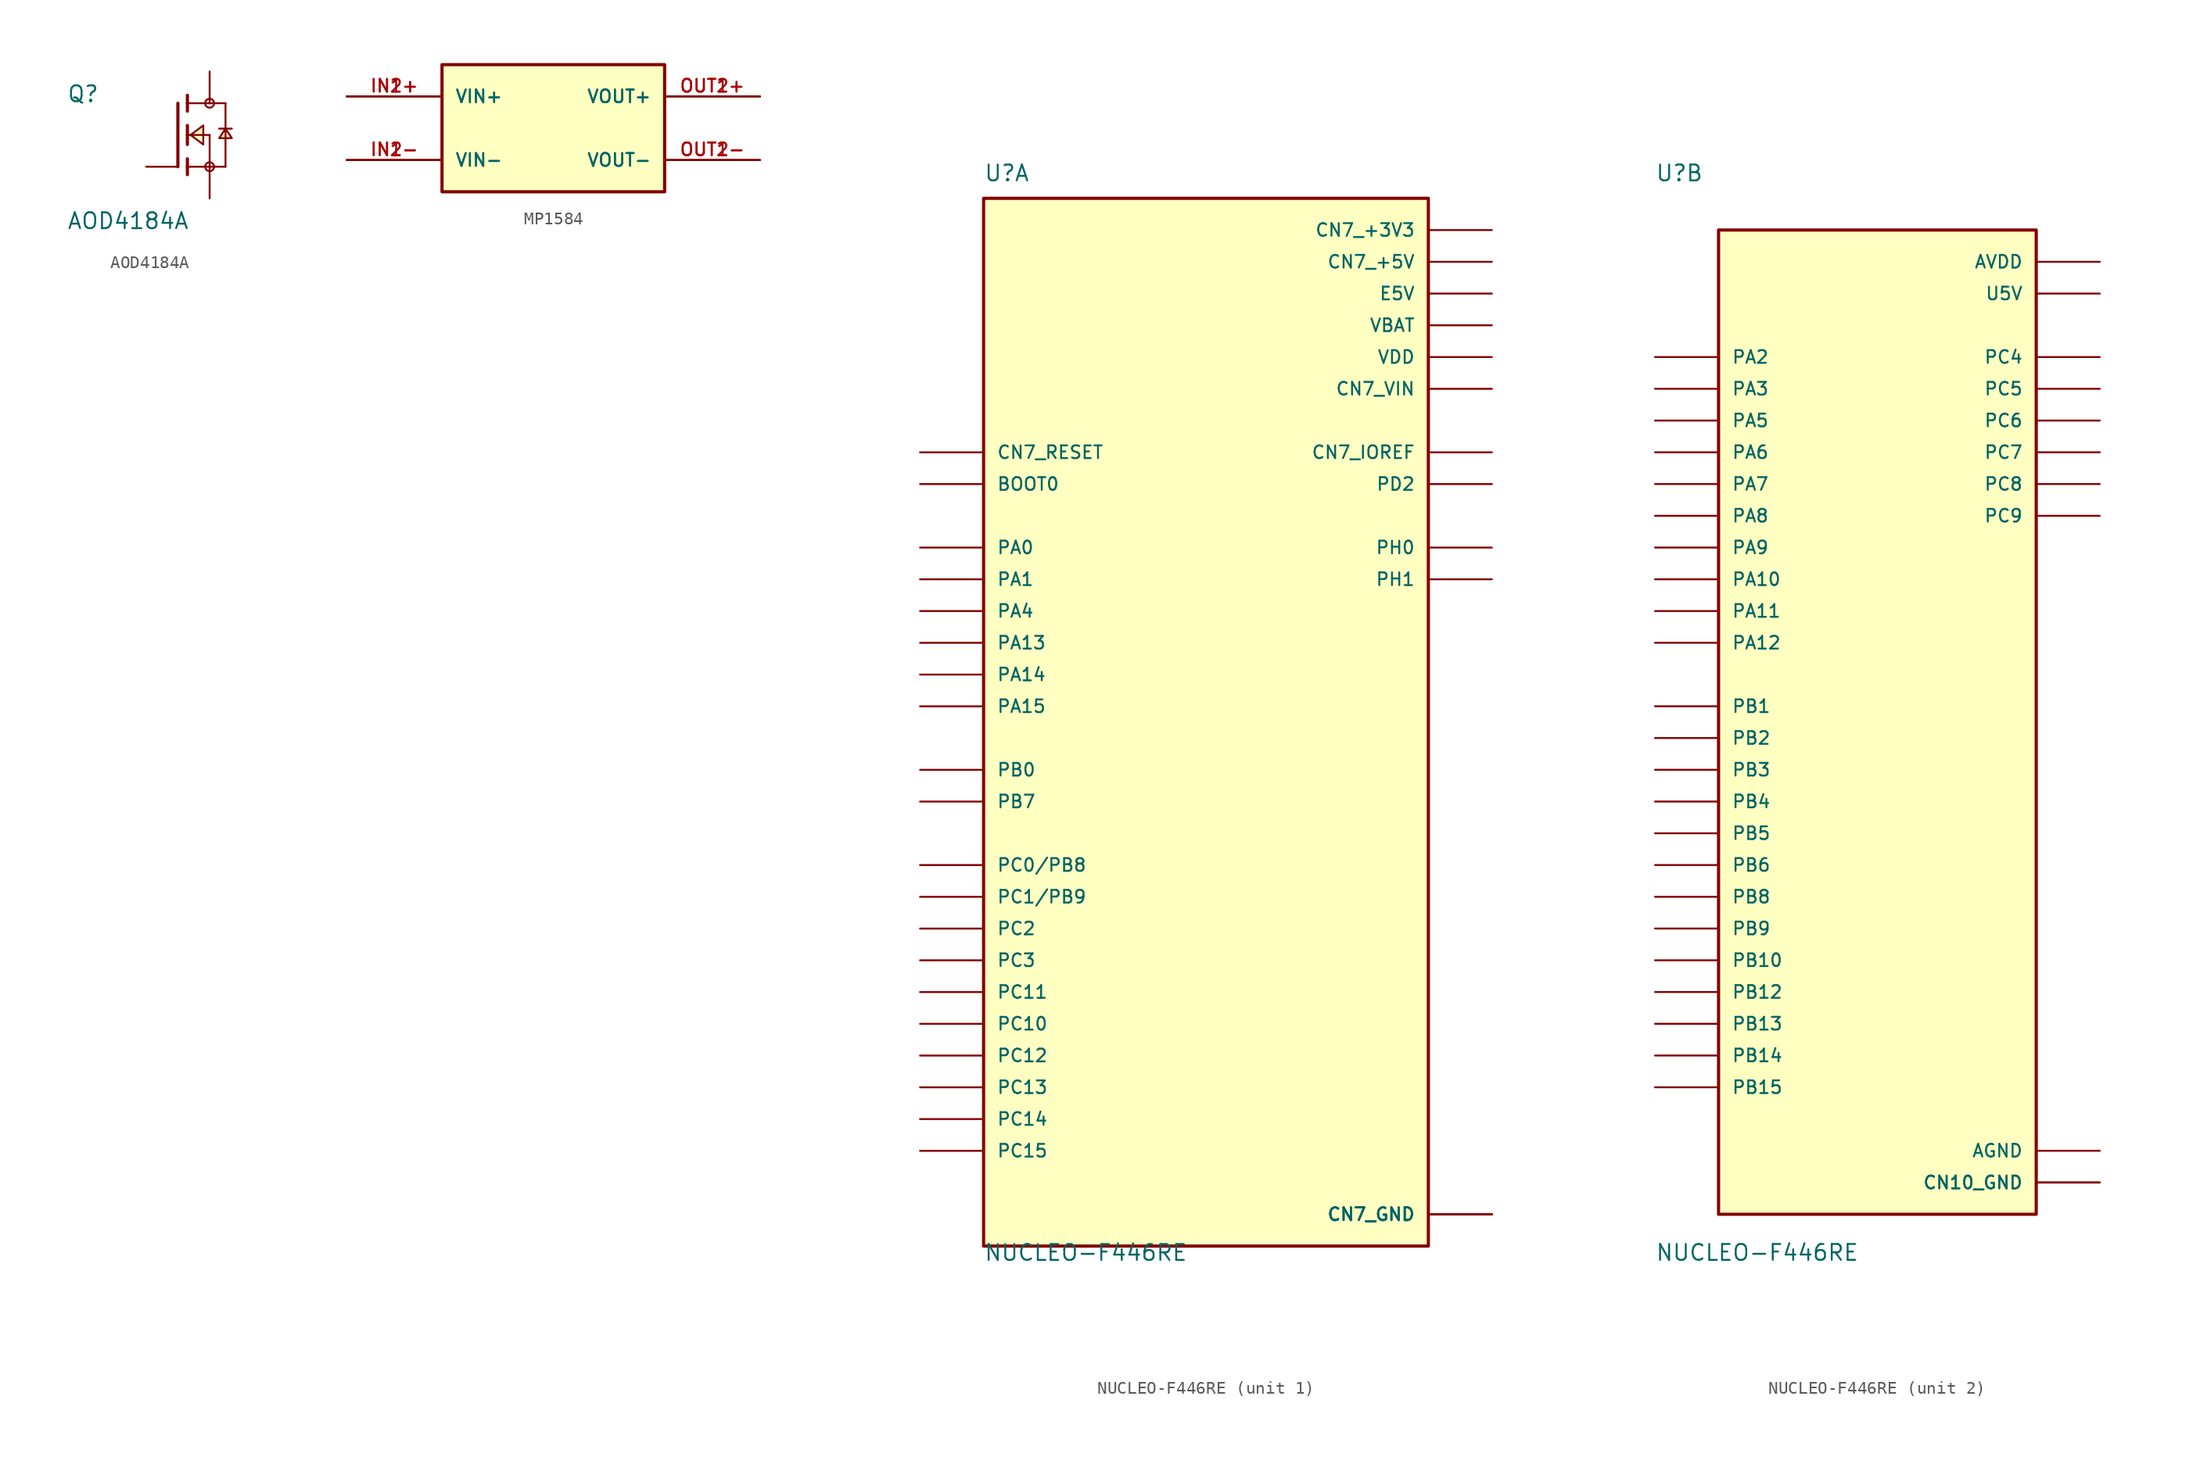
<source format=kicad_sym>
(kicad_symbol_lib
  (version 20211014)
  (generator kicad_symbol_editor)
  (symbol "AOD4184A"
    (pin_numbers hide)
    (pin_names
      (offset 1.016) hide)
    (property "Reference" "Q"
      (at -8.89 2.54 0)
      (effects (font (size 1.27 1.27)) (justify left bottom)))
    (property "Value" "AOD4184A"
      (at -8.89 -7.62 0)
      (effects (font (size 1.27 1.27)) (justify left bottom)))
    (symbol "AOD4184A_0_0"
      (polyline (pts (xy 0 2.54) (xy 0 -2.54)) (stroke (width 0.254) (type default) (color 0 0 0 0)) (fill (type none)))
      (polyline (pts (xy 0.762 -2.54) (xy 0.762 -3.175)) (stroke (width 0.254) (type default) (color 0 0 0 0)) (fill (type none)))
      (polyline (pts (xy 0.762 -1.905) (xy 0.762 -2.54)) (stroke (width 0.254) (type default) (color 0 0 0 0)) (fill (type none)))
      (polyline (pts (xy 0.762 0) (xy 0.762 -0.762)) (stroke (width 0.254) (type default) (color 0 0 0 0)) (fill (type none)))
      (polyline (pts (xy 0.762 0) (xy 2.54 0)) (stroke (width 0.152) (type default) (color 0 0 0 0)) (fill (type none)))
      (polyline (pts (xy 0.762 0.762) (xy 0.762 0)) (stroke (width 0.254) (type default) (color 0 0 0 0)) (fill (type none)))
      (polyline (pts (xy 0.762 2.54) (xy 0.762 1.905)) (stroke (width 0.254) (type default) (color 0 0 0 0)) (fill (type none)))
      (polyline (pts (xy 0.762 2.54) (xy 3.81 2.54)) (stroke (width 0.152) (type default) (color 0 0 0 0)) (fill (type none)))
      (polyline (pts (xy 0.762 3.175) (xy 0.762 2.54)) (stroke (width 0.254) (type default) (color 0 0 0 0)) (fill (type none)))
      (polyline (pts (xy 2.54 -2.54) (xy 0.762 -2.54)) (stroke (width 0.152) (type default) (color 0 0 0 0)) (fill (type none)))
      (polyline (pts (xy 2.54 -2.54) (xy 3.81 -2.54)) (stroke (width 0.152) (type default) (color 0 0 0 0)) (fill (type none)))
      (polyline (pts (xy 2.54 0) (xy 2.54 -2.54)) (stroke (width 0.152) (type default) (color 0 0 0 0)) (fill (type none)))
      (polyline (pts (xy 3.81 0.508) (xy 3.302 0.508)) (stroke (width 0.152) (type default) (color 0 0 0 0)) (fill (type none)))
      (polyline (pts (xy 3.81 0.508) (xy 3.81 -2.54)) (stroke (width 0.152) (type default) (color 0 0 0 0)) (fill (type none)))
      (polyline (pts (xy 3.81 2.54) (xy 3.81 0.508)) (stroke (width 0.152) (type default) (color 0 0 0 0)) (fill (type none)))
      (polyline (pts (xy 4.318 0.508) (xy 3.81 0.508)) (stroke (width 0.152) (type default) (color 0 0 0 0)) (fill (type none)))
      (polyline (pts (xy 1.016 0) (xy 2.032 0.762) (xy 2.032 -0.762) (xy 1.016 0)) (stroke (width 0.152) (type default) (color 0 0 0 0)) (fill (type background)))
      (polyline (pts (xy 3.81 0.508) (xy 3.302 -0.254) (xy 4.318 -0.254) (xy 3.81 0.508)) (stroke (width 0.152) (type default) (color 0 0 0 0)) (fill (type background)))
      (circle (center 2.54 -2.54) (radius 0.356) (stroke (width 0) (type default) (color 0 0 0 0)) (fill (type none)))
      (circle (center 2.54 2.54) (radius 0.356) (stroke (width 0) (type default) (color 0 0 0 0)) (fill (type none)))
      (pin passive line (at -2.54 -2.54 0) (length 2.54) (name "~" (effects (font (size 1.016 1.016)))) (number "1" (effects (font (size 1.016 1.016)))))
      (pin passive line (at 2.54 -5.08 90) (length 2.54) (name "~" (effects (font (size 1.016 1.016)))) (number "3" (effects (font (size 1.016 1.016)))))
      (pin passive line (at 2.54 5.08 270) (length 2.54) (name "~" (effects (font (size 1.016 1.016)))) (number "4" (effects (font (size 1.016 1.016)))))))
  (symbol "MP1584"
    (pin_names
      (offset 1.016))
    (property "Reference" "U"
      (at -7.62 5.08 0)
      (effects (font (size 1.27 1.27)) (justify left bottom) hide))
    (symbol "MP1584_0_0"
      (rectangle (start -7.62 -5.08) (end 10.16 5.08) (stroke (width 0.254) (type default) (color 0 0 0 0)) (fill (type background)))
      (pin input line (at -15.24 2.54 0) (length 7.62) (name "VIN+" (effects (font (size 1.016 1.016)))) (number "IN1+" (effects (font (size 1.016 1.016)))))
      (pin input line (at -15.24 -2.54 0) (length 7.62) (name "VIN-" (effects (font (size 1.016 1.016)))) (number "IN1-" (effects (font (size 1.016 1.016)))))
      (pin input line (at -15.24 2.54 0) (length 7.62) (name "VIN+" (effects (font (size 1.016 1.016)))) (number "IN2+" (effects (font (size 1.016 1.016)))))
      (pin input line (at -15.24 -2.54 0) (length 7.62) (name "VIN-" (effects (font (size 1.016 1.016)))) (number "IN2-" (effects (font (size 1.016 1.016)))))
      (pin output line (at 17.78 2.54 180) (length 7.62) (name "VOUT+" (effects (font (size 1.016 1.016)))) (number "OUT1+" (effects (font (size 1.016 1.016)))))
      (pin output line (at 17.78 -2.54 180) (length 7.62) (name "VOUT-" (effects (font (size 1.016 1.016)))) (number "OUT1-" (effects (font (size 1.016 1.016)))))
      (pin output line (at 17.78 2.54 180) (length 7.62) (name "VOUT+" (effects (font (size 1.016 1.016)))) (number "OUT2+" (effects (font (size 1.016 1.016)))))
      (pin output line (at 17.78 -2.54 180) (length 7.62) (name "VOUT-" (effects (font (size 1.016 1.016)))) (number "OUT2-" (effects (font (size 1.016 1.016)))))))
  (symbol "NUCLEO-F446RE"
    (pin_numbers hide)
    (pin_names
      (offset 1.016))
    (property "Reference" "U"
      (at -17.78 41.91 0)
      (effects (font (size 1.27 1.27)) (justify left bottom)))
    (property "Value" "NUCLEO-F446RE"
      (at -17.78 -44.45 0)
      (effects (font (size 1.27 1.27)) (justify left bottom)))
    (property "ki_locked" ""
      (at 0 0 0)
      (effects (font (size 1.27 1.27))))
    (symbol "NUCLEO-F446RE_1_0"
      (rectangle (start -17.78 -43.18) (end 17.78 40.64) (stroke (width 0.254) (type default) (color 0 0 0 0)) (fill (type background)))
      (pin bidirectional line (at -22.86 -25.4 0) (length 5.08) (name "PC10" (effects (font (size 1.016 1.016)))) (number "CN7_1" (effects (font (size 1.016 1.016)))))
      (pin bidirectional line (at 22.86 20.32 180) (length 5.08) (name "CN7_IOREF" (effects (font (size 1.016 1.016)))) (number "CN7_12" (effects (font (size 1.016 1.016)))))
      (pin bidirectional line (at -22.86 5.08 0) (length 5.08) (name "PA13" (effects (font (size 1.016 1.016)))) (number "CN7_13" (effects (font (size 1.016 1.016)))))
      (pin bidirectional line (at -22.86 20.32 0) (length 5.08) (name "CN7_RESET" (effects (font (size 1.016 1.016)))) (number "CN7_14" (effects (font (size 1.016 1.016)))))
      (pin bidirectional line (at -22.86 2.54 0) (length 5.08) (name "PA14" (effects (font (size 1.016 1.016)))) (number "CN7_15" (effects (font (size 1.016 1.016)))))
      (pin power_in line (at 22.86 38.1 180) (length 5.08) (name "CN7_+3V3" (effects (font (size 1.016 1.016)))) (number "CN7_16" (effects (font (size 1.016 1.016)))))
      (pin bidirectional line (at -22.86 0 0) (length 5.08) (name "PA15" (effects (font (size 1.016 1.016)))) (number "CN7_17" (effects (font (size 1.016 1.016)))))
      (pin power_in line (at 22.86 35.56 180) (length 5.08) (name "CN7_+5V" (effects (font (size 1.016 1.016)))) (number "CN7_18" (effects (font (size 1.016 1.016)))))
      (pin power_in line (at 22.86 -40.64 180) (length 5.08) (name "CN7_GND" (effects (font (size 1.016 1.016)))) (number "CN7_19" (effects (font (size 1.016 1.016)))))
      (pin bidirectional line (at -22.86 -22.86 0) (length 5.08) (name "PC11" (effects (font (size 1.016 1.016)))) (number "CN7_2" (effects (font (size 1.016 1.016)))))
      (pin power_in line (at 22.86 -40.64 180) (length 5.08) (name "CN7_GND" (effects (font (size 1.016 1.016)))) (number "CN7_20" (effects (font (size 1.016 1.016)))))
      (pin bidirectional line (at -22.86 -7.62 0) (length 5.08) (name "PB7" (effects (font (size 1.016 1.016)))) (number "CN7_21" (effects (font (size 1.016 1.016)))))
      (pin power_in line (at 22.86 -40.64 180) (length 5.08) (name "CN7_GND" (effects (font (size 1.016 1.016)))) (number "CN7_22" (effects (font (size 1.016 1.016)))))
      (pin bidirectional line (at -22.86 -30.48 0) (length 5.08) (name "PC13" (effects (font (size 1.016 1.016)))) (number "CN7_23" (effects (font (size 1.016 1.016)))))
      (pin power_in line (at 22.86 25.4 180) (length 5.08) (name "CN7_VIN" (effects (font (size 1.016 1.016)))) (number "CN7_24" (effects (font (size 1.016 1.016)))))
      (pin bidirectional line (at -22.86 -33.02 0) (length 5.08) (name "PC14" (effects (font (size 1.016 1.016)))) (number "CN7_25" (effects (font (size 1.016 1.016)))))
      (pin bidirectional line (at -22.86 -35.56 0) (length 5.08) (name "PC15" (effects (font (size 1.016 1.016)))) (number "CN7_27" (effects (font (size 1.016 1.016)))))
      (pin bidirectional line (at -22.86 12.7 0) (length 5.08) (name "PA0" (effects (font (size 1.016 1.016)))) (number "CN7_28" (effects (font (size 1.016 1.016)))))
      (pin bidirectional line (at 22.86 12.7 180) (length 5.08) (name "PH0" (effects (font (size 1.016 1.016)))) (number "CN7_29" (effects (font (size 1.016 1.016)))))
      (pin bidirectional line (at -22.86 -27.94 0) (length 5.08) (name "PC12" (effects (font (size 1.016 1.016)))) (number "CN7_3" (effects (font (size 1.016 1.016)))))
      (pin bidirectional line (at -22.86 10.16 0) (length 5.08) (name "PA1" (effects (font (size 1.016 1.016)))) (number "CN7_30" (effects (font (size 1.016 1.016)))))
      (pin bidirectional line (at 22.86 10.16 180) (length 5.08) (name "PH1" (effects (font (size 1.016 1.016)))) (number "CN7_31" (effects (font (size 1.016 1.016)))))
      (pin bidirectional line (at -22.86 7.62 0) (length 5.08) (name "PA4" (effects (font (size 1.016 1.016)))) (number "CN7_32" (effects (font (size 1.016 1.016)))))
      (pin power_in line (at 22.86 30.48 180) (length 5.08) (name "VBAT" (effects (font (size 1.016 1.016)))) (number "CN7_33" (effects (font (size 1.016 1.016)))))
      (pin bidirectional line (at -22.86 -5.08 0) (length 5.08) (name "PB0" (effects (font (size 1.016 1.016)))) (number "CN7_34" (effects (font (size 1.016 1.016)))))
      (pin bidirectional line (at -22.86 -17.78 0) (length 5.08) (name "PC2" (effects (font (size 1.016 1.016)))) (number "CN7_35" (effects (font (size 1.016 1.016)))))
      (pin bidirectional line (at -22.86 -15.24 0) (length 5.08) (name "PC1/PB9" (effects (font (size 1.016 1.016)))) (number "CN7_36" (effects (font (size 1.016 1.016)))))
      (pin bidirectional line (at -22.86 -20.32 0) (length 5.08) (name "PC3" (effects (font (size 1.016 1.016)))) (number "CN7_37" (effects (font (size 1.016 1.016)))))
      (pin bidirectional line (at -22.86 -12.7 0) (length 5.08) (name "PC0/PB8" (effects (font (size 1.016 1.016)))) (number "CN7_38" (effects (font (size 1.016 1.016)))))
      (pin bidirectional line (at 22.86 17.78 180) (length 5.08) (name "PD2" (effects (font (size 1.016 1.016)))) (number "CN7_4" (effects (font (size 1.016 1.016)))))
      (pin power_in line (at 22.86 27.94 180) (length 5.08) (name "VDD" (effects (font (size 1.016 1.016)))) (number "CN7_5" (effects (font (size 1.016 1.016)))))
      (pin power_in line (at 22.86 33.02 180) (length 5.08) (name "E5V" (effects (font (size 1.016 1.016)))) (number "CN7_6" (effects (font (size 1.016 1.016)))))
      (pin bidirectional line (at -22.86 17.78 0) (length 5.08) (name "BOOT0" (effects (font (size 1.016 1.016)))) (number "CN7_7" (effects (font (size 1.016 1.016)))))
      (pin power_in line (at 22.86 -40.64 180) (length 5.08) (name "CN7_GND" (effects (font (size 1.016 1.016)))) (number "CN7_8" (effects (font (size 1.016 1.016))))))
    (symbol "NUCLEO-F446RE_2_0"
      (rectangle (start -12.7 -40.64) (end 12.7 38.1) (stroke (width 0.254) (type default) (color 0 0 0 0)) (fill (type background)))
      (pin bidirectional line (at 17.78 15.24 180) (length 5.08) (name "PC9" (effects (font (size 1.016 1.016)))) (number "CN10_1" (effects (font (size 1.016 1.016)))))
      (pin bidirectional line (at -17.78 22.86 0) (length 5.08) (name "PA5" (effects (font (size 1.016 1.016)))) (number "CN10_11" (effects (font (size 1.016 1.016)))))
      (pin bidirectional line (at -17.78 5.08 0) (length 5.08) (name "PA12" (effects (font (size 1.016 1.016)))) (number "CN10_12" (effects (font (size 1.016 1.016)))))
      (pin bidirectional line (at -17.78 20.32 0) (length 5.08) (name "PA6" (effects (font (size 1.016 1.016)))) (number "CN10_13" (effects (font (size 1.016 1.016)))))
      (pin bidirectional line (at -17.78 7.62 0) (length 5.08) (name "PA11" (effects (font (size 1.016 1.016)))) (number "CN10_14" (effects (font (size 1.016 1.016)))))
      (pin bidirectional line (at -17.78 17.78 0) (length 5.08) (name "PA7" (effects (font (size 1.016 1.016)))) (number "CN10_15" (effects (font (size 1.016 1.016)))))
      (pin bidirectional line (at -17.78 -22.86 0) (length 5.08) (name "PB12" (effects (font (size 1.016 1.016)))) (number "CN10_16" (effects (font (size 1.016 1.016)))))
      (pin bidirectional line (at -17.78 -12.7 0) (length 5.08) (name "PB6" (effects (font (size 1.016 1.016)))) (number "CN10_17" (effects (font (size 1.016 1.016)))))
      (pin bidirectional line (at 17.78 20.32 180) (length 5.08) (name "PC7" (effects (font (size 1.016 1.016)))) (number "CN10_19" (effects (font (size 1.016 1.016)))))
      (pin bidirectional line (at 17.78 17.78 180) (length 5.08) (name "PC8" (effects (font (size 1.016 1.016)))) (number "CN10_2" (effects (font (size 1.016 1.016)))))
      (pin power_in line (at 17.78 -38.1 180) (length 5.08) (name "CN10_GND" (effects (font (size 1.016 1.016)))) (number "CN10_20" (effects (font (size 1.016 1.016)))))
      (pin bidirectional line (at -17.78 12.7 0) (length 5.08) (name "PA9" (effects (font (size 1.016 1.016)))) (number "CN10_21" (effects (font (size 1.016 1.016)))))
      (pin bidirectional line (at -17.78 -2.54 0) (length 5.08) (name "PB2" (effects (font (size 1.016 1.016)))) (number "CN10_22" (effects (font (size 1.016 1.016)))))
      (pin bidirectional line (at -17.78 15.24 0) (length 5.08) (name "PA8" (effects (font (size 1.016 1.016)))) (number "CN10_23" (effects (font (size 1.016 1.016)))))
      (pin bidirectional line (at -17.78 0 0) (length 5.08) (name "PB1" (effects (font (size 1.016 1.016)))) (number "CN10_24" (effects (font (size 1.016 1.016)))))
      (pin bidirectional line (at -17.78 -20.32 0) (length 5.08) (name "PB10" (effects (font (size 1.016 1.016)))) (number "CN10_25" (effects (font (size 1.016 1.016)))))
      (pin bidirectional line (at -17.78 -30.48 0) (length 5.08) (name "PB15" (effects (font (size 1.016 1.016)))) (number "CN10_26" (effects (font (size 1.016 1.016)))))
      (pin bidirectional line (at -17.78 -7.62 0) (length 5.08) (name "PB4" (effects (font (size 1.016 1.016)))) (number "CN10_27" (effects (font (size 1.016 1.016)))))
      (pin bidirectional line (at -17.78 -27.94 0) (length 5.08) (name "PB14" (effects (font (size 1.016 1.016)))) (number "CN10_28" (effects (font (size 1.016 1.016)))))
      (pin bidirectional line (at -17.78 -10.16 0) (length 5.08) (name "PB5" (effects (font (size 1.016 1.016)))) (number "CN10_29" (effects (font (size 1.016 1.016)))))
      (pin bidirectional line (at -17.78 -15.24 0) (length 5.08) (name "PB8" (effects (font (size 1.016 1.016)))) (number "CN10_3" (effects (font (size 1.016 1.016)))))
      (pin bidirectional line (at -17.78 -25.4 0) (length 5.08) (name "PB13" (effects (font (size 1.016 1.016)))) (number "CN10_30" (effects (font (size 1.016 1.016)))))
      (pin bidirectional line (at -17.78 -5.08 0) (length 5.08) (name "PB3" (effects (font (size 1.016 1.016)))) (number "CN10_31" (effects (font (size 1.016 1.016)))))
      (pin power_in line (at 17.78 -35.56 180) (length 5.08) (name "AGND" (effects (font (size 1.016 1.016)))) (number "CN10_32" (effects (font (size 1.016 1.016)))))
      (pin bidirectional line (at -17.78 10.16 0) (length 5.08) (name "PA10" (effects (font (size 1.016 1.016)))) (number "CN10_33" (effects (font (size 1.016 1.016)))))
      (pin bidirectional line (at 17.78 27.94 180) (length 5.08) (name "PC4" (effects (font (size 1.016 1.016)))) (number "CN10_34" (effects (font (size 1.016 1.016)))))
      (pin bidirectional line (at -17.78 27.94 0) (length 5.08) (name "PA2" (effects (font (size 1.016 1.016)))) (number "CN10_35" (effects (font (size 1.016 1.016)))))
      (pin bidirectional line (at -17.78 25.4 0) (length 5.08) (name "PA3" (effects (font (size 1.016 1.016)))) (number "CN10_37" (effects (font (size 1.016 1.016)))))
      (pin bidirectional line (at 17.78 22.86 180) (length 5.08) (name "PC6" (effects (font (size 1.016 1.016)))) (number "CN10_4" (effects (font (size 1.016 1.016)))))
      (pin bidirectional line (at -17.78 -17.78 0) (length 5.08) (name "PB9" (effects (font (size 1.016 1.016)))) (number "CN10_5" (effects (font (size 1.016 1.016)))))
      (pin bidirectional line (at 17.78 25.4 180) (length 5.08) (name "PC5" (effects (font (size 1.016 1.016)))) (number "CN10_6" (effects (font (size 1.016 1.016)))))
      (pin power_in line (at 17.78 35.56 180) (length 5.08) (name "AVDD" (effects (font (size 1.016 1.016)))) (number "CN10_7" (effects (font (size 1.016 1.016)))))
      (pin power_in line (at 17.78 33.02 180) (length 5.08) (name "U5V" (effects (font (size 1.016 1.016)))) (number "CN10_8" (effects (font (size 1.016 1.016)))))
      (pin power_in line (at 17.78 -38.1 180) (length 5.08) (name "CN10_GND" (effects (font (size 1.016 1.016)))) (number "CN10_9" (effects (font (size 1.016 1.016))))))))
</source>
